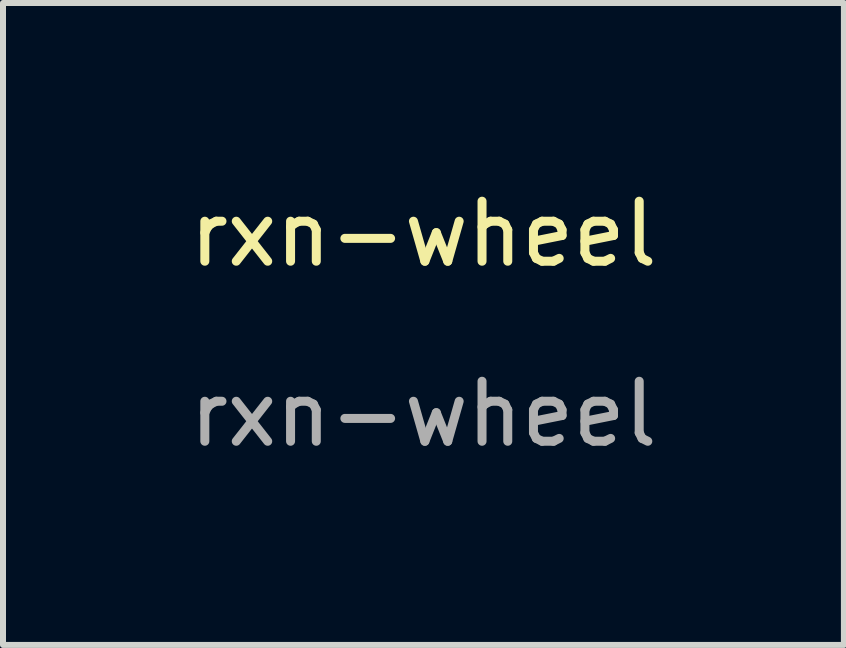
<source format=kicad_pcb>
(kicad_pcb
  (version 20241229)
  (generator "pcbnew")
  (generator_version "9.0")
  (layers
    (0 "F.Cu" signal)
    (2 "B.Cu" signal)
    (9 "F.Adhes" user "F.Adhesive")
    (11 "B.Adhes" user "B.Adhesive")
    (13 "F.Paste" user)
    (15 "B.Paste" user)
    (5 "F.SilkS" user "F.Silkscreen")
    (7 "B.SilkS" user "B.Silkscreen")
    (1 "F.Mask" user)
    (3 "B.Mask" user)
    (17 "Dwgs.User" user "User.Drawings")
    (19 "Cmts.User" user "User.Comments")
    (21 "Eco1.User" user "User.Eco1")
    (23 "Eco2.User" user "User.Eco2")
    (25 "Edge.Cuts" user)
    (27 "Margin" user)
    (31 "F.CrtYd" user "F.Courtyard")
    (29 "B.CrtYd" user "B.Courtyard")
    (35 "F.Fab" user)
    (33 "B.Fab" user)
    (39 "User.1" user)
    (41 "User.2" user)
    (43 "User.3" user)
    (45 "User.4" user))
  (footprint "rxn-wheel"
    (layer "F.Cu")
    (at 4.006 1.348)
    (property "Reference" "rxn-wheel" (at 0 -0.5 0) (unlocked yes) (layer "F.SilkS") (effects (font (size 1 1) (thickness 0.15))))
    (attr through_hole)
    (fp_text user "${REFERENCE}" (at 0 2.5 0) (unlocked yes) (layer "F.Fab") (effects (font (size 1 1) (thickness 0.15)))))
  (gr_rect
    (start -3 -3)
    (end 11.012 7.697)
    (stroke (width 0.1) (type default))
    (fill no)
    (layer "Edge.Cuts")))
</source>
